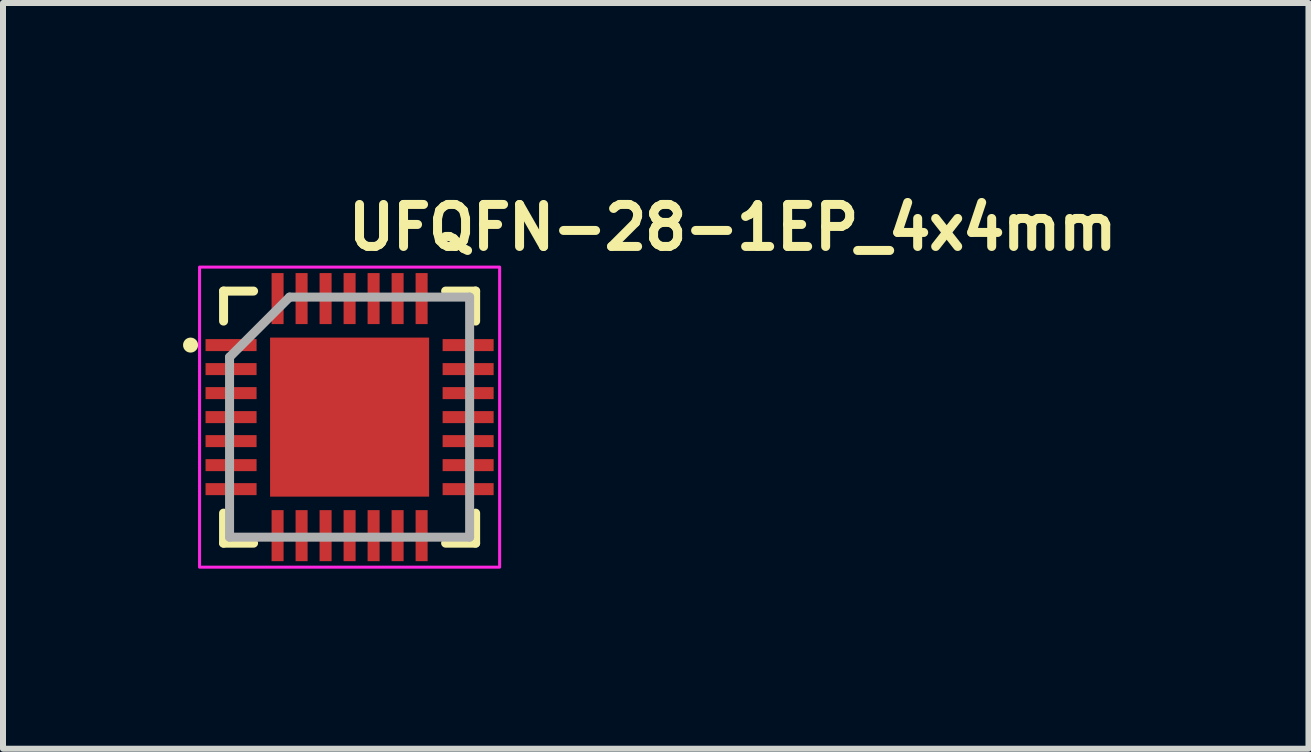
<source format=kicad_pcb>
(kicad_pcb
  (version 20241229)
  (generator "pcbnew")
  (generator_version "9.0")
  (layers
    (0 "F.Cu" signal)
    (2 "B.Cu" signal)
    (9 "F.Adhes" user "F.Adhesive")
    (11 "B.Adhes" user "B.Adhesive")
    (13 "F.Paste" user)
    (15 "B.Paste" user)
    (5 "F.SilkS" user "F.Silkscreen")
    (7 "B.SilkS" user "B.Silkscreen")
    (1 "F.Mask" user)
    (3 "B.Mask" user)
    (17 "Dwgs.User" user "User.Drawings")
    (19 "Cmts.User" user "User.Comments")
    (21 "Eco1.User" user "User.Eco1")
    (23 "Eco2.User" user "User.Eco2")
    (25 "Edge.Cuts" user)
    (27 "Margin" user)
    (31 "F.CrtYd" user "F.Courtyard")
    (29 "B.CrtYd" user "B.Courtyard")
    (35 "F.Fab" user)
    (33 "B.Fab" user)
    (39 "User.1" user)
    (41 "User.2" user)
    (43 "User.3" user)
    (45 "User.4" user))
  (footprint "UFQFN-28-1EP_4x4mm"
    (layer "F.Cu")
    (at 2.775 3.9)
    (property "Reference" "UFQFN-28-1EP_4x4mm" (at -0.1 -2.75 0) (layer "F.SilkS") (effects (font (size 0.7 0.7) (thickness 0.15)) (justify left bottom)))
    (attr smd)
    (fp_line (start -2.1 -1.6) (end -2.1 -2.1) (stroke (width 0.15) (type solid)) (layer "F.SilkS"))
    (fp_line (start -2.1 2.1) (end -2.1 1.6) (stroke (width 0.15) (type solid)) (layer "F.SilkS"))
    (fp_line (start -2.1 2.1) (end -1.6 2.1) (stroke (width 0.15) (type solid)) (layer "F.SilkS"))
    (fp_line (start -1.6 -2.1) (end -2.1 -2.1) (stroke (width 0.15) (type solid)) (layer "F.SilkS"))
    (fp_line (start 2.1 -2.1) (end 1.6 -2.1) (stroke (width 0.15) (type solid)) (layer "F.SilkS"))
    (fp_line (start 2.1 -2.1) (end 2.1 -1.6) (stroke (width 0.15) (type solid)) (layer "F.SilkS"))
    (fp_line (start 2.1 2.1) (end 1.6 2.1) (stroke (width 0.15) (type solid)) (layer "F.SilkS"))
    (fp_line (start 2.1 2.1) (end 2.1 1.6) (stroke (width 0.15) (type solid)) (layer "F.SilkS"))
    (fp_circle (center -2.65 -1.2) (end -2.6 -1.2) (stroke (width 0.15) (type solid)) (fill yes) (layer "F.SilkS"))
    (fp_rect (start -2.5 -2.5) (end 2.5 2.5) (stroke (width 0.05) (type solid)) (fill no) (layer "F.CrtYd"))
    (fp_line (start -2 -1) (end -1 -2) (stroke (width 0.15) (type solid)) (layer "F.Fab"))
    (fp_line (start -2 2) (end -2 -1) (stroke (width 0.15) (type solid)) (layer "F.Fab"))
    (fp_line (start -1 -2) (end 2 -2) (stroke (width 0.15) (type solid)) (layer "F.Fab"))
    (fp_line (start 2 -2) (end 2 2) (stroke (width 0.15) (type solid)) (layer "F.Fab"))
    (fp_line (start 2 2) (end -2 2) (stroke (width 0.15) (type solid)) (layer "F.Fab"))
    (fp_rect (start -2.045 -2.045) (end 2.045 2.045) (stroke (width 0.1) (type solid)) (fill no) (layer "User.5"))
    (fp_line (start -2.045 -2.045) (end -2.045 2.045) (stroke (width 0.02) (type solid)) (layer "User.9"))
    (fp_line (start -2.045 2.045) (end 2.045 2.045) (stroke (width 0.02) (type solid)) (layer "User.9"))
    (fp_line (start -1.738 -1.21) (end -1.738 -1.205) (stroke (width 0.02) (type solid)) (layer "User.9"))
    (fp_line (start -1.738 -1.205) (end -1.738 -1.2) (stroke (width 0.02) (type solid)) (layer "User.9"))
    (fp_line (start -1.738 -1.2) (end -1.738 -1.2) (stroke (width 0.02) (type solid)) (layer "User.9"))
    (fp_line (start -1.738 -1.2) (end -1.738 -1.195) (stroke (width 0.02) (type solid)) (layer "User.9"))
    (fp_line (start -1.738 -1.195) (end -1.738 -1.19) (stroke (width 0.02) (type solid)) (layer "User.9"))
    (fp_line (start -1.738 -1.19) (end -1.737 -1.184) (stroke (width 0.02) (type solid)) (layer "User.9"))
    (fp_line (start -1.737 -1.216) (end -1.738 -1.21) (stroke (width 0.02) (type solid)) (layer "User.9"))
    (fp_line (start -1.737 -1.184) (end -1.736 -1.179) (stroke (width 0.02) (type solid)) (layer "User.9"))
    (fp_line (start -1.736 -1.221) (end -1.737 -1.216) (stroke (width 0.02) (type solid)) (layer "User.9"))
    (fp_line (start -1.736 -1.179) (end -1.735 -1.174) (stroke (width 0.02) (type solid)) (layer "User.9"))
    (fp_line (start -1.735 -1.226) (end -1.736 -1.221) (stroke (width 0.02) (type solid)) (layer "User.9"))
    (fp_line (start -1.735 -1.174) (end -1.734 -1.17) (stroke (width 0.02) (type solid)) (layer "User.9"))
    (fp_line (start -1.734 -1.23) (end -1.735 -1.226) (stroke (width 0.02) (type solid)) (layer "User.9"))
    (fp_line (start -1.734 -1.17) (end -1.732 -1.165) (stroke (width 0.02) (type solid)) (layer "User.9"))
    (fp_line (start -1.732 -1.235) (end -1.734 -1.23) (stroke (width 0.02) (type solid)) (layer "User.9"))
    (fp_line (start -1.732 -1.165) (end -1.73 -1.16) (stroke (width 0.02) (type solid)) (layer "User.9"))
    (fp_line (start -1.73 -1.24) (end -1.732 -1.235) (stroke (width 0.02) (type solid)) (layer "User.9"))
    (fp_line (start -1.73 -1.16) (end -1.728 -1.156) (stroke (width 0.02) (type solid)) (layer "User.9"))
    (fp_line (start -1.728 -1.244) (end -1.73 -1.24) (stroke (width 0.02) (type solid)) (layer "User.9"))
    (fp_line (start -1.728 -1.156) (end -1.726 -1.151) (stroke (width 0.02) (type solid)) (layer "User.9"))
    (fp_line (start -1.726 -1.249) (end -1.728 -1.244) (stroke (width 0.02) (type solid)) (layer "User.9"))
    (fp_line (start -1.726 -1.151) (end -1.723 -1.147) (stroke (width 0.02) (type solid)) (layer "User.9"))
    (fp_line (start -1.723 -1.253) (end -1.726 -1.249) (stroke (width 0.02) (type solid)) (layer "User.9"))
    (fp_line (start -1.723 -1.147) (end -1.721 -1.143) (stroke (width 0.02) (type solid)) (layer "User.9"))
    (fp_line (start -1.721 -1.257) (end -1.723 -1.253) (stroke (width 0.02) (type solid)) (layer "User.9"))
    (fp_line (start -1.721 -1.143) (end -1.718 -1.139) (stroke (width 0.02) (type solid)) (layer "User.9"))
    (fp_line (start -1.718 -1.261) (end -1.721 -1.257) (stroke (width 0.02) (type solid)) (layer "User.9"))
    (fp_line (start -1.718 -1.139) (end -1.715 -1.135) (stroke (width 0.02) (type solid)) (layer "User.9"))
    (fp_line (start -1.715 -1.265) (end -1.718 -1.261) (stroke (width 0.02) (type solid)) (layer "User.9"))
    (fp_line (start -1.715 -1.135) (end -1.712 -1.131) (stroke (width 0.02) (type solid)) (layer "User.9"))
    (fp_line (start -1.712 -1.269) (end -1.715 -1.265) (stroke (width 0.02) (type solid)) (layer "User.9"))
    (fp_line (start -1.712 -1.131) (end -1.708 -1.128) (stroke (width 0.02) (type solid)) (layer "User.9"))
    (fp_line (start -1.708 -1.272) (end -1.712 -1.269) (stroke (width 0.02) (type solid)) (layer "User.9"))
    (fp_line (start -1.708 -1.128) (end -1.705 -1.124) (stroke (width 0.02) (type solid)) (layer "User.9"))
    (fp_line (start -1.705 -1.276) (end -1.708 -1.272) (stroke (width 0.02) (type solid)) (layer "User.9"))
    (fp_line (start -1.705 -1.124) (end -1.701 -1.121) (stroke (width 0.02) (type solid)) (layer "User.9"))
    (fp_line (start -1.701 -1.279) (end -1.705 -1.276) (stroke (width 0.02) (type solid)) (layer "User.9"))
    (fp_line (start -1.701 -1.121) (end -1.697 -1.118) (stroke (width 0.02) (type solid)) (layer "User.9"))
    (fp_line (start -1.697 -1.282) (end -1.701 -1.279) (stroke (width 0.02) (type solid)) (layer "User.9"))
    (fp_line (start -1.697 -1.118) (end -1.693 -1.115) (stroke (width 0.02) (type solid)) (layer "User.9"))
    (fp_line (start -1.693 -1.285) (end -1.697 -1.282) (stroke (width 0.02) (type solid)) (layer "User.9"))
    (fp_line (start -1.693 -1.115) (end -1.689 -1.113) (stroke (width 0.02) (type solid)) (layer "User.9"))
    (fp_line (start -1.689 -1.287) (end -1.693 -1.285) (stroke (width 0.02) (type solid)) (layer "User.9"))
    (fp_line (start -1.689 -1.113) (end -1.685 -1.11) (stroke (width 0.02) (type solid)) (layer "User.9"))
    (fp_line (start -1.685 -1.29) (end -1.689 -1.287) (stroke (width 0.02) (type solid)) (layer "User.9"))
    (fp_line (start -1.685 -1.11) (end -1.68 -1.108) (stroke (width 0.02) (type solid)) (layer "User.9"))
    (fp_line (start -1.68 -1.292) (end -1.685 -1.29) (stroke (width 0.02) (type solid)) (layer "User.9"))
    (fp_line (start -1.68 -1.108) (end -1.676 -1.106) (stroke (width 0.02) (type solid)) (layer "User.9"))
    (fp_line (start -1.676 -1.294) (end -1.68 -1.292) (stroke (width 0.02) (type solid)) (layer "User.9"))
    (fp_line (start -1.676 -1.106) (end -1.671 -1.104) (stroke (width 0.02) (type solid)) (layer "User.9"))
    (fp_line (start -1.671 -1.296) (end -1.676 -1.294) (stroke (width 0.02) (type solid)) (layer "User.9"))
    (fp_line (start -1.671 -1.104) (end -1.666 -1.102) (stroke (width 0.02) (type solid)) (layer "User.9"))
    (fp_line (start -1.666 -1.298) (end -1.671 -1.296) (stroke (width 0.02) (type solid)) (layer "User.9"))
    (fp_line (start -1.666 -1.102) (end -1.662 -1.101) (stroke (width 0.02) (type solid)) (layer "User.9"))
    (fp_line (start -1.662 -1.299) (end -1.666 -1.298) (stroke (width 0.02) (type solid)) (layer "User.9"))
    (fp_line (start -1.662 -1.101) (end -1.657 -1.1) (stroke (width 0.02) (type solid)) (layer "User.9"))
    (fp_line (start -1.657 -1.3) (end -1.662 -1.299) (stroke (width 0.02) (type solid)) (layer "User.9"))
    (fp_line (start -1.657 -1.1) (end -1.652 -1.099) (stroke (width 0.02) (type solid)) (layer "User.9"))
    (fp_line (start -1.652 -1.301) (end -1.657 -1.3) (stroke (width 0.02) (type solid)) (layer "User.9"))
    (fp_line (start -1.652 -1.099) (end -1.646 -1.098) (stroke (width 0.02) (type solid)) (layer "User.9"))
    (fp_line (start -1.646 -1.302) (end -1.652 -1.301) (stroke (width 0.02) (type solid)) (layer "User.9"))
    (fp_line (start -1.646 -1.098) (end -1.641 -1.098) (stroke (width 0.02) (type solid)) (layer "User.9"))
    (fp_line (start -1.641 -1.302) (end -1.646 -1.302) (stroke (width 0.02) (type solid)) (layer "User.9"))
    (fp_line (start -1.641 -1.098) (end -1.636 -1.098) (stroke (width 0.02) (type solid)) (layer "User.9"))
    (fp_line (start -1.636 -1.302) (end -1.641 -1.302) (stroke (width 0.02) (type solid)) (layer "User.9"))
    (fp_line (start -1.636 -1.302) (end -1.636 -1.302) (stroke (width 0.02) (type solid)) (layer "User.9"))
    (fp_line (start -1.636 -1.098) (end -1.636 -1.098) (stroke (width 0.02) (type solid)) (layer "User.9"))
    (fp_line (start -1.636 -1.098) (end -1.631 -1.098) (stroke (width 0.02) (type solid)) (layer "User.9"))
    (fp_line (start -1.631 -1.302) (end -1.636 -1.302) (stroke (width 0.02) (type solid)) (layer "User.9"))
    (fp_line (start -1.631 -1.098) (end -1.626 -1.098) (stroke (width 0.02) (type solid)) (layer "User.9"))
    (fp_line (start -1.626 -1.302) (end -1.631 -1.302) (stroke (width 0.02) (type solid)) (layer "User.9"))
    (fp_line (start -1.626 -1.098) (end -1.62 -1.099) (stroke (width 0.02) (type solid)) (layer "User.9"))
    (fp_line (start -1.62 -1.301) (end -1.626 -1.302) (stroke (width 0.02) (type solid)) (layer "User.9"))
    (fp_line (start -1.62 -1.099) (end -1.615 -1.1) (stroke (width 0.02) (type solid)) (layer "User.9"))
    (fp_line (start -1.615 -1.3) (end -1.62 -1.301) (stroke (width 0.02) (type solid)) (layer "User.9"))
    (fp_line (start -1.615 -1.1) (end -1.61 -1.101) (stroke (width 0.02) (type solid)) (layer "User.9"))
    (fp_line (start -1.61 -1.299) (end -1.615 -1.3) (stroke (width 0.02) (type solid)) (layer "User.9"))
    (fp_line (start -1.61 -1.101) (end -1.606 -1.102) (stroke (width 0.02) (type solid)) (layer "User.9"))
    (fp_line (start -1.606 -1.298) (end -1.61 -1.299) (stroke (width 0.02) (type solid)) (layer "User.9"))
    (fp_line (start -1.606 -1.102) (end -1.601 -1.104) (stroke (width 0.02) (type solid)) (layer "User.9"))
    (fp_line (start -1.601 -1.296) (end -1.606 -1.298) (stroke (width 0.02) (type solid)) (layer "User.9"))
    (fp_line (start -1.601 -1.104) (end -1.596 -1.106) (stroke (width 0.02) (type solid)) (layer "User.9"))
    (fp_line (start -1.596 -1.294) (end -1.601 -1.296) (stroke (width 0.02) (type solid)) (layer "User.9"))
    (fp_line (start -1.596 -1.106) (end -1.592 -1.108) (stroke (width 0.02) (type solid)) (layer "User.9"))
    (fp_line (start -1.592 -1.292) (end -1.596 -1.294) (stroke (width 0.02) (type solid)) (layer "User.9"))
    (fp_line (start -1.592 -1.108) (end -1.587 -1.11) (stroke (width 0.02) (type solid)) (layer "User.9"))
    (fp_line (start -1.587 -1.29) (end -1.592 -1.292) (stroke (width 0.02) (type solid)) (layer "User.9"))
    (fp_line (start -1.587 -1.11) (end -1.583 -1.113) (stroke (width 0.02) (type solid)) (layer "User.9"))
    (fp_line (start -1.583 -1.287) (end -1.587 -1.29) (stroke (width 0.02) (type solid)) (layer "User.9"))
    (fp_line (start -1.583 -1.113) (end -1.579 -1.115) (stroke (width 0.02) (type solid)) (layer "User.9"))
    (fp_line (start -1.579 -1.285) (end -1.583 -1.287) (stroke (width 0.02) (type solid)) (layer "User.9"))
    (fp_line (start -1.579 -1.115) (end -1.575 -1.118) (stroke (width 0.02) (type solid)) (layer "User.9"))
    (fp_line (start -1.575 -1.282) (end -1.579 -1.285) (stroke (width 0.02) (type solid)) (layer "User.9"))
    (fp_line (start -1.575 -1.118) (end -1.571 -1.121) (stroke (width 0.02) (type solid)) (layer "User.9"))
    (fp_line (start -1.571 -1.279) (end -1.575 -1.282) (stroke (width 0.02) (type solid)) (layer "User.9"))
    (fp_line (start -1.571 -1.121) (end -1.567 -1.124) (stroke (width 0.02) (type solid)) (layer "User.9"))
    (fp_line (start -1.567 -1.276) (end -1.571 -1.279) (stroke (width 0.02) (type solid)) (layer "User.9"))
    (fp_line (start -1.567 -1.124) (end -1.564 -1.128) (stroke (width 0.02) (type solid)) (layer "User.9"))
    (fp_line (start -1.564 -1.272) (end -1.567 -1.276) (stroke (width 0.02) (type solid)) (layer "User.9"))
    (fp_line (start -1.564 -1.128) (end -1.56 -1.131) (stroke (width 0.02) (type solid)) (layer "User.9"))
    (fp_line (start -1.56 -1.269) (end -1.564 -1.272) (stroke (width 0.02) (type solid)) (layer "User.9"))
    (fp_line (start -1.56 -1.131) (end -1.557 -1.135) (stroke (width 0.02) (type solid)) (layer "User.9"))
    (fp_line (start -1.557 -1.265) (end -1.56 -1.269) (stroke (width 0.02) (type solid)) (layer "User.9"))
    (fp_line (start -1.557 -1.135) (end -1.554 -1.139) (stroke (width 0.02) (type solid)) (layer "User.9"))
    (fp_line (start -1.554 -1.261) (end -1.557 -1.265) (stroke (width 0.02) (type solid)) (layer "User.9"))
    (fp_line (start -1.554 -1.139) (end -1.551 -1.143) (stroke (width 0.02) (type solid)) (layer "User.9"))
    (fp_line (start -1.551 -1.257) (end -1.554 -1.261) (stroke (width 0.02) (type solid)) (layer "User.9"))
    (fp_line (start -1.551 -1.143) (end -1.549 -1.147) (stroke (width 0.02) (type solid)) (layer "User.9"))
    (fp_line (start -1.549 -1.253) (end -1.551 -1.257) (stroke (width 0.02) (type solid)) (layer "User.9"))
    (fp_line (start -1.549 -1.147) (end -1.546 -1.151) (stroke (width 0.02) (type solid)) (layer "User.9"))
    (fp_line (start -1.546 -1.249) (end -1.549 -1.253) (stroke (width 0.02) (type solid)) (layer "User.9"))
    (fp_line (start -1.546 -1.151) (end -1.544 -1.156) (stroke (width 0.02) (type solid)) (layer "User.9"))
    (fp_line (start -1.544 -1.244) (end -1.546 -1.249) (stroke (width 0.02) (type solid)) (layer "User.9"))
    (fp_line (start -1.544 -1.156) (end -1.542 -1.16) (stroke (width 0.02) (type solid)) (layer "User.9"))
    (fp_line (start -1.542 -1.24) (end -1.544 -1.244) (stroke (width 0.02) (type solid)) (layer "User.9"))
    (fp_line (start -1.542 -1.16) (end -1.54 -1.165) (stroke (width 0.02) (type solid)) (layer "User.9"))
    (fp_line (start -1.54 -1.235) (end -1.542 -1.24) (stroke (width 0.02) (type solid)) (layer "User.9"))
    (fp_line (start -1.54 -1.165) (end -1.538 -1.17) (stroke (width 0.02) (type solid)) (layer "User.9"))
    (fp_line (start -1.538 -1.23) (end -1.54 -1.235) (stroke (width 0.02) (type solid)) (layer "User.9"))
    (fp_line (start -1.538 -1.17) (end -1.537 -1.174) (stroke (width 0.02) (type solid)) (layer "User.9"))
    (fp_line (start -1.537 -1.226) (end -1.538 -1.23) (stroke (width 0.02) (type solid)) (layer "User.9"))
    (fp_line (start -1.537 -1.174) (end -1.536 -1.179) (stroke (width 0.02) (type solid)) (layer "User.9"))
    (fp_line (start -1.536 -1.221) (end -1.537 -1.226) (stroke (width 0.02) (type solid)) (layer "User.9"))
    (fp_line (start -1.536 -1.179) (end -1.535 -1.184) (stroke (width 0.02) (type solid)) (layer "User.9"))
    (fp_line (start -1.535 -1.216) (end -1.536 -1.221) (stroke (width 0.02) (type solid)) (layer "User.9"))
    (fp_line (start -1.535 -1.184) (end -1.534 -1.19) (stroke (width 0.02) (type solid)) (layer "User.9"))
    (fp_line (start -1.534 -1.21) (end -1.535 -1.216) (stroke (width 0.02) (type solid)) (layer "User.9"))
    (fp_line (start -1.534 -1.205) (end -1.534 -1.21) (stroke (width 0.02) (type solid)) (layer "User.9"))
    (fp_line (start -1.534 -1.2) (end -1.534 -1.205) (stroke (width 0.02) (type solid)) (layer "User.9"))
    (fp_line (start -1.534 -1.2) (end -1.534 -1.2) (stroke (width 0.02) (type solid)) (layer "User.9"))
    (fp_line (start -1.534 -1.2) (end -1.534 -1.2) (stroke (width 0.02) (type solid)) (layer "User.9"))
    (fp_line (start -1.534 -1.195) (end -1.534 -1.2) (stroke (width 0.02) (type solid)) (layer "User.9"))
    (fp_line (start -1.534 -1.19) (end -1.534 -1.195) (stroke (width 0.02) (type solid)) (layer "User.9"))
    (fp_line (start 2.045 -2.045) (end -2.045 -2.045) (stroke (width 0.02) (type solid)) (layer "User.9"))
    (fp_line (start 2.045 2.045) (end 2.045 -2.045) (stroke (width 0.02) (type solid)) (layer "User.9"))
    (pad "1" smd rect (at -1.975 -1.2 270) (size 0.2 0.85) (layers "F.Cu" "F.Mask" "F.Paste"))
    (pad "2" smd rect (at -1.975 -0.8 270) (size 0.2 0.85) (layers "F.Cu" "F.Mask" "F.Paste"))
    (pad "3" smd rect (at -1.975 -0.4 270) (size 0.2 0.85) (layers "F.Cu" "F.Mask" "F.Paste"))
    (pad "4" smd rect (at -1.975 0 270) (size 0.2 0.85) (layers "F.Cu" "F.Mask" "F.Paste"))
    (pad "5" smd rect (at -1.975 0.4 270) (size 0.2 0.85) (layers "F.Cu" "F.Mask" "F.Paste"))
    (pad "6" smd rect (at -1.975 0.8 270) (size 0.2 0.85) (layers "F.Cu" "F.Mask" "F.Paste"))
    (pad "7" smd rect (at -1.975 1.2 270) (size 0.2 0.85) (layers "F.Cu" "F.Mask" "F.Paste"))
    (pad "8" smd rect (at -1.2 1.975 270) (size 0.85 0.2) (layers "F.Cu" "F.Mask" "F.Paste"))
    (pad "9" smd rect (at -0.8 1.975 270) (size 0.85 0.2) (layers "F.Cu" "F.Mask" "F.Paste"))
    (pad "10" smd rect (at -0.4 1.975 270) (size 0.85 0.2) (layers "F.Cu" "F.Mask" "F.Paste"))
    (pad "11" smd rect (at 0 1.975 270) (size 0.85 0.2) (layers "F.Cu" "F.Mask" "F.Paste"))
    (pad "12" smd rect (at 0.4 1.975 270) (size 0.85 0.2) (layers "F.Cu" "F.Mask" "F.Paste"))
    (pad "13" smd rect (at 0.8 1.975 270) (size 0.85 0.2) (layers "F.Cu" "F.Mask" "F.Paste"))
    (pad "14" smd rect (at 1.2 1.975 270) (size 0.85 0.2) (layers "F.Cu" "F.Mask" "F.Paste"))
    (pad "15" smd rect (at 1.975 1.2 270) (size 0.2 0.85) (layers "F.Cu" "F.Mask" "F.Paste"))
    (pad "16" smd rect (at 1.975 0.8 270) (size 0.2 0.85) (layers "F.Cu" "F.Mask" "F.Paste"))
    (pad "17" smd rect (at 1.975 0.4 270) (size 0.2 0.85) (layers "F.Cu" "F.Mask" "F.Paste"))
    (pad "18" smd rect (at 1.975 0 270) (size 0.2 0.85) (layers "F.Cu" "F.Mask" "F.Paste"))
    (pad "19" smd rect (at 1.975 -0.4 270) (size 0.2 0.85) (layers "F.Cu" "F.Mask" "F.Paste"))
    (pad "20" smd rect (at 1.975 -0.8 270) (size 0.2 0.85) (layers "F.Cu" "F.Mask" "F.Paste"))
    (pad "21" smd rect (at 1.975 -1.2 270) (size 0.2 0.85) (layers "F.Cu" "F.Mask" "F.Paste"))
    (pad "22" smd rect (at 1.2 -1.975 270) (size 0.85 0.2) (layers "F.Cu" "F.Mask" "F.Paste"))
    (pad "23" smd rect (at 0.8 -1.975 270) (size 0.85 0.2) (layers "F.Cu" "F.Mask" "F.Paste"))
    (pad "24" smd rect (at 0.4 -1.975 270) (size 0.85 0.2) (layers "F.Cu" "F.Mask" "F.Paste"))
    (pad "25" smd rect (at 0 -1.975 270) (size 0.85 0.2) (layers "F.Cu" "F.Mask" "F.Paste"))
    (pad "26" smd rect (at -0.4 -1.975 270) (size 0.85 0.2) (layers "F.Cu" "F.Mask" "F.Paste"))
    (pad "27" smd rect (at -0.8 -1.975 270) (size 0.85 0.2) (layers "F.Cu" "F.Mask" "F.Paste"))
    (pad "28" smd rect (at -1.2 -1.975 270) (size 0.85 0.2) (layers "F.Cu" "F.Mask" "F.Paste"))
    (pad "29" smd rect (at 0 0 270) (size 2.65 2.65) (layers "F.Cu" "F.Mask" "F.Paste")))
  (gr_rect
    (start -3 -3)
    (end 18.752 9.425)
    (stroke (width 0.1) (type default))
    (fill no)
    (layer "Edge.Cuts")))
</source>
